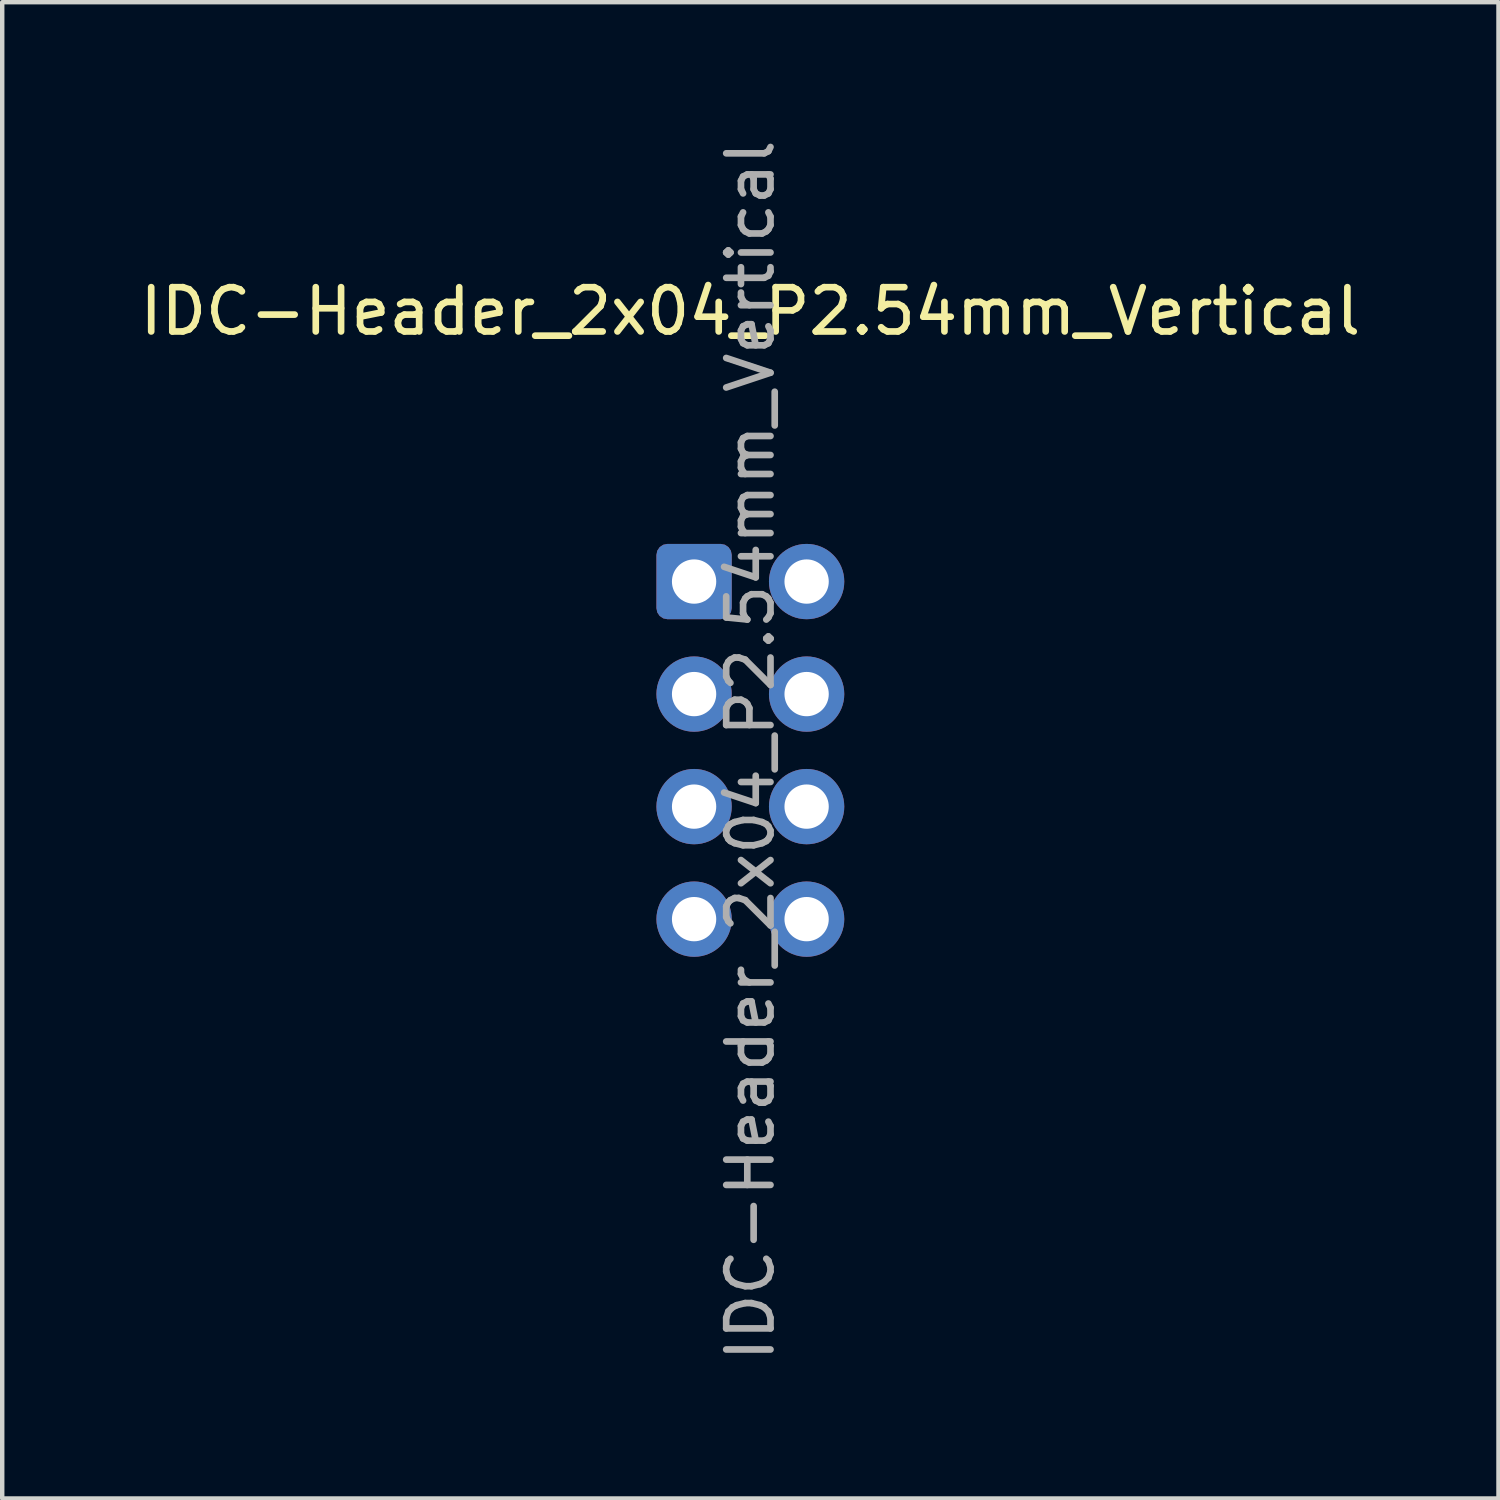
<source format=kicad_pcb>
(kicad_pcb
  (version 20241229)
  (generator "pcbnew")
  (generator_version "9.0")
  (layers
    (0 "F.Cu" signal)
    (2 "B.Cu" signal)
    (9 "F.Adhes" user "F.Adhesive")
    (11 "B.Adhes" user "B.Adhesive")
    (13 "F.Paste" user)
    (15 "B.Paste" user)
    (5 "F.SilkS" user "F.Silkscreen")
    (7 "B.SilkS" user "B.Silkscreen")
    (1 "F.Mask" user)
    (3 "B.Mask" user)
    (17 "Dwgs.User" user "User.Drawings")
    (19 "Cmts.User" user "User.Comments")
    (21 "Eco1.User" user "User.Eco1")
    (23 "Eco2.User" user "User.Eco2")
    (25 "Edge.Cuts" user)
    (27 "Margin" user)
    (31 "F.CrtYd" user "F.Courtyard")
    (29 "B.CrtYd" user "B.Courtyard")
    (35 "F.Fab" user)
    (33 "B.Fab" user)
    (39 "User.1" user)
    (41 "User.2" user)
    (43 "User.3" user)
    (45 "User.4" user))
  (footprint "IDC-Header_2x04_P2.54mm_Vertical"
    (layer "F.Cu")
    (at 12.617 10.077)
    (property "Reference" "IDC-Header_2x04_P2.54mm_Vertical" (at 1.27 -6.1 180) (layer "F.SilkS") (effects (font (size 1 1) (thickness 0.15))))
    (attr through_hole)
    (fp_text user "${REFERENCE}" (at 1.27 3.81 270) (layer "F.Fab") (effects (font (size 1 1) (thickness 0.15))))
    (pad "1" thru_hole roundrect (at 0 0) (size 1.7 1.7) (drill 1) (layers "*.Cu" "*.Mask") (roundrect_rratio 0.147))
    (pad "2" thru_hole circle (at 2.54 0) (size 1.7 1.7) (drill 1) (layers "*.Cu" "*.Mask"))
    (pad "3" thru_hole circle (at 0 2.54) (size 1.7 1.7) (drill 1) (layers "*.Cu" "*.Mask"))
    (pad "4" thru_hole circle (at 2.54 2.54) (size 1.7 1.7) (drill 1) (layers "*.Cu" "*.Mask"))
    (pad "5" thru_hole circle (at 0 5.08) (size 1.7 1.7) (drill 1) (layers "*.Cu" "*.Mask"))
    (pad "6" thru_hole circle (at 2.54 5.08) (size 1.7 1.7) (drill 1) (layers "*.Cu" "*.Mask"))
    (pad "7" thru_hole circle (at 0 7.62) (size 1.7 1.7) (drill 1) (layers "*.Cu" "*.Mask"))
    (pad "8" thru_hole circle (at 2.54 7.62) (size 1.7 1.7) (drill 1) (layers "*.Cu" "*.Mask")))
  (gr_rect
    (start -3 -3)
    (end 30.774 30.774)
    (stroke (width 0.1) (type default))
    (fill no)
    (layer "Edge.Cuts")))
</source>
